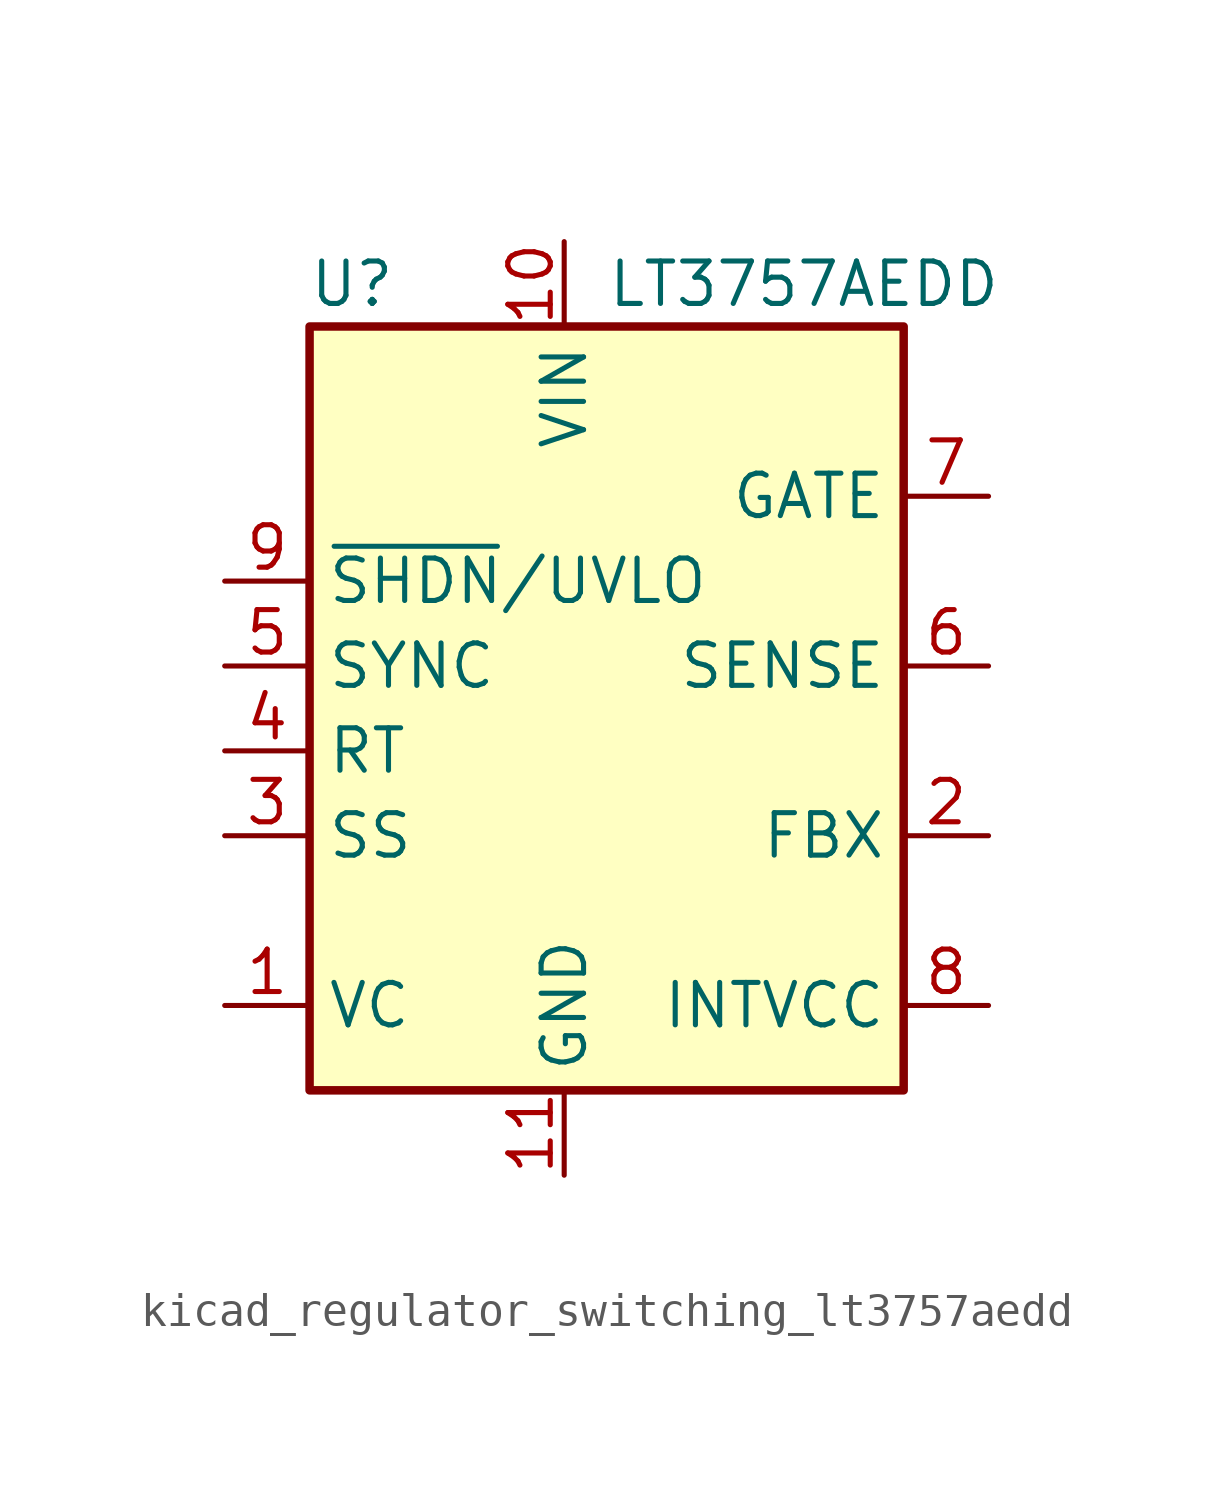
<source format=kicad_sym>
(kicad_symbol_lib
  (version 20220914)
  (generator kicad_symbol_editor)
  (symbol "kicad_regulator_switching_lt3757aedd"
    (property "Reference" "U"
      (at -6.35 11.43 0)
      (effects (font (size 1.27 1.27))))
    (property "Value" "LT3757AEDD"
      (at 1.27 11.43 0)
      (effects (font (size 1.27 1.27)) (justify left)))
    (symbol "kicad_regulator_switching_lt3757aedd_0_1"
      (rectangle (start -7.62 10.16) (end 10.16 -12.7) (stroke (width 0.254) (type default)) (fill (type background))))
    (symbol "kicad_regulator_switching_lt3757aedd_1_1"
      (pin input line (at -10.16 -10.16 0) (length 2.54) (name "VC" (effects (font (size 1.27 1.27)))) (number "1" (effects (font (size 1.27 1.27)))))
      (pin power_in line (at 0 12.7 270) (length 2.54) (name "VIN" (effects (font (size 1.27 1.27)))) (number "10" (effects (font (size 1.27 1.27)))))
      (pin power_in line (at 0 -15.24 90) (length 2.54) (name "GND" (effects (font (size 1.27 1.27)))) (number "11" (effects (font (size 1.27 1.27)))))
      (pin input line (at 12.7 -5.08 180) (length 2.54) (name "FBX" (effects (font (size 1.27 1.27)))) (number "2" (effects (font (size 1.27 1.27)))))
      (pin input line (at -10.16 -5.08 0) (length 2.54) (name "SS" (effects (font (size 1.27 1.27)))) (number "3" (effects (font (size 1.27 1.27)))))
      (pin input line (at -10.16 -2.54 0) (length 2.54) (name "RT" (effects (font (size 1.27 1.27)))) (number "4" (effects (font (size 1.27 1.27)))))
      (pin input line (at -10.16 0 0) (length 2.54) (name "SYNC" (effects (font (size 1.27 1.27)))) (number "5" (effects (font (size 1.27 1.27)))))
      (pin input line (at 12.7 0 180) (length 2.54) (name "SENSE" (effects (font (size 1.27 1.27)))) (number "6" (effects (font (size 1.27 1.27)))))
      (pin output line (at 12.7 5.08 180) (length 2.54) (name "GATE" (effects (font (size 1.27 1.27)))) (number "7" (effects (font (size 1.27 1.27)))))
      (pin output line (at 12.7 -10.16 180) (length 2.54) (name "INTVCC" (effects (font (size 1.27 1.27)))) (number "8" (effects (font (size 1.27 1.27)))))
      (pin input line (at -10.16 2.54 0) (length 2.54) (name "~{SHDN}/UVLO" (effects (font (size 1.27 1.27)))) (number "9" (effects (font (size 1.27 1.27))))))))
</source>
